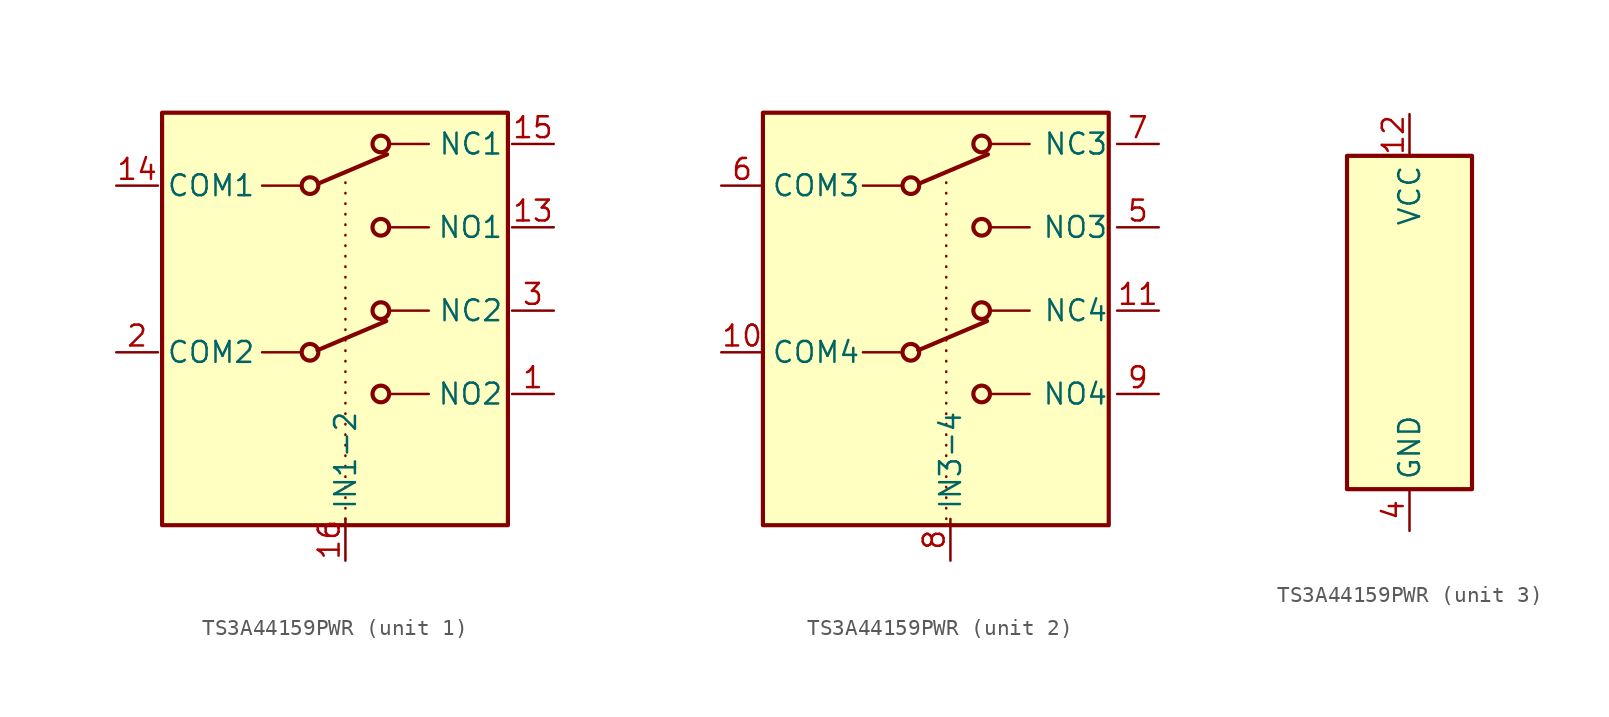
<source format=kicad_sym>
(kicad_symbol_lib
  (version 20241209)
  (generator "kicad_symbol_editor")
  (generator_version "9.0")
  (symbol "TS3A44159PWR"
    (property "Reference" "U"
      (at -10.668 12.827 0)
      (effects (font (size 1.27 1.27)) (justify left) (hide yes)))
    (property "ki_locked" ""
      (at 0 0 0)
      (effects (font (size 1.27 1.27))))
    (symbol "TS3A44159PWR_1_1"
      (rectangle (start -11.176 9.525) (end 9.906 -15.621) (stroke (width 0.254) (type default)) (fill (type background)))
      (polyline (pts (xy -5.08 5.08) (xy -2.794 5.08)) (stroke (width 0) (type default)) (fill (type none)))
      (polyline (pts (xy -5.08 -5.08) (xy -2.794 -5.08)) (stroke (width 0) (type default)) (fill (type none)))
      (circle (center -2.159 5.08) (radius 0.508) (stroke (width 0.254) (type default)) (fill (type none)))
      (circle (center -2.159 -5.08) (radius 0.508) (stroke (width 0.254) (type default)) (fill (type none)))
      (polyline (pts (xy -1.702 -4.953) (xy 2.489 -3.175)) (stroke (width 0.254) (type default)) (fill (type none)))
      (polyline (pts (xy -1.651 5.207) (xy 2.54 6.985)) (stroke (width 0.254) (type default)) (fill (type none)))
      (polyline (pts (xy 0 -15.24) (xy 0 6.35)) (stroke (width 0) (type dot)) (fill (type none)))
      (circle (center 2.159 7.62) (radius 0.508) (stroke (width 0.254) (type default)) (fill (type none)))
      (circle (center 2.159 2.54) (radius 0.508) (stroke (width 0.254) (type default)) (fill (type none)))
      (circle (center 2.159 -2.54) (radius 0.508) (stroke (width 0.254) (type default)) (fill (type none)))
      (circle (center 2.159 -7.62) (radius 0.508) (stroke (width 0.254) (type default)) (fill (type none)))
      (polyline (pts (xy 5.08 7.62) (xy 2.794 7.62)) (stroke (width 0) (type default)) (fill (type none)))
      (polyline (pts (xy 5.08 2.54) (xy 2.794 2.54)) (stroke (width 0) (type default)) (fill (type none)))
      (polyline (pts (xy 5.08 -2.54) (xy 2.794 -2.54)) (stroke (width 0) (type default)) (fill (type none)))
      (polyline (pts (xy 5.08 -7.62) (xy 2.794 -7.62)) (stroke (width 0) (type default)) (fill (type none)))
      (pin passive line (at -13.97 5.08 0) (length 2.54) (name "COM1" (effects (font (size 1.27 1.27)))) (number "14" (effects (font (size 1.27 1.27)))))
      (pin passive line (at -13.97 -5.08 0) (length 2.54) (name "COM2" (effects (font (size 1.27 1.27)))) (number "2" (effects (font (size 1.27 1.27)))))
      (pin input line (at 0 -17.78 90) (length 2.54) (name "IN1-2" (effects (font (size 1.27 1.27)))) (number "16" (effects (font (size 1.27 1.27)))))
      (pin passive line (at 12.7 7.62 180) (length 2.54) (name "NC1" (effects (font (size 1.27 1.27)))) (number "15" (effects (font (size 1.27 1.27)))))
      (pin passive line (at 12.7 2.54 180) (length 2.54) (name "NO1" (effects (font (size 1.27 1.27)))) (number "13" (effects (font (size 1.27 1.27)))))
      (pin passive line (at 12.7 -2.54 180) (length 2.54) (name "NC2" (effects (font (size 1.27 1.27)))) (number "3" (effects (font (size 1.27 1.27)))))
      (pin passive line (at 12.7 -7.62 180) (length 2.54) (name "NO2" (effects (font (size 1.27 1.27)))) (number "1" (effects (font (size 1.27 1.27))))))
    (symbol "TS3A44159PWR_2_1"
      (rectangle (start -11.43 9.525) (end 9.652 -15.621) (stroke (width 0.254) (type default)) (fill (type background)))
      (polyline (pts (xy -5.334 5.08) (xy -3.048 5.08)) (stroke (width 0) (type default)) (fill (type none)))
      (polyline (pts (xy -5.334 -5.08) (xy -3.048 -5.08)) (stroke (width 0) (type default)) (fill (type none)))
      (circle (center -2.413 5.08) (radius 0.508) (stroke (width 0.254) (type default)) (fill (type none)))
      (circle (center -2.413 -5.08) (radius 0.508) (stroke (width 0.254) (type default)) (fill (type none)))
      (polyline (pts (xy -1.956 -4.953) (xy 2.235 -3.175)) (stroke (width 0.254) (type default)) (fill (type none)))
      (polyline (pts (xy -1.905 5.207) (xy 2.286 6.985)) (stroke (width 0.254) (type default)) (fill (type none)))
      (polyline (pts (xy -0.254 -15.24) (xy -0.254 6.35)) (stroke (width 0) (type dot)) (fill (type none)))
      (circle (center 1.905 7.62) (radius 0.508) (stroke (width 0.254) (type default)) (fill (type none)))
      (circle (center 1.905 2.54) (radius 0.508) (stroke (width 0.254) (type default)) (fill (type none)))
      (circle (center 1.905 -2.54) (radius 0.508) (stroke (width 0.254) (type default)) (fill (type none)))
      (circle (center 1.905 -7.62) (radius 0.508) (stroke (width 0.254) (type default)) (fill (type none)))
      (polyline (pts (xy 4.826 7.62) (xy 2.54 7.62)) (stroke (width 0) (type default)) (fill (type none)))
      (polyline (pts (xy 4.826 2.54) (xy 2.54 2.54)) (stroke (width 0) (type default)) (fill (type none)))
      (polyline (pts (xy 4.826 -2.54) (xy 2.54 -2.54)) (stroke (width 0) (type default)) (fill (type none)))
      (polyline (pts (xy 4.826 -7.62) (xy 2.54 -7.62)) (stroke (width 0) (type default)) (fill (type none)))
      (pin passive line (at -13.97 5.08 0) (length 2.54) (name "COM3" (effects (font (size 1.27 1.27)))) (number "6" (effects (font (size 1.27 1.27)))))
      (pin passive line (at -13.97 -5.08 0) (length 2.54) (name "COM4" (effects (font (size 1.27 1.27)))) (number "10" (effects (font (size 1.27 1.27)))))
      (pin input line (at 0 -17.78 90) (length 2.54) (name "IN3-4" (effects (font (size 1.27 1.27)))) (number "8" (effects (font (size 1.27 1.27)))))
      (pin passive line (at 12.7 7.62 180) (length 2.54) (name "NC3" (effects (font (size 1.27 1.27)))) (number "7" (effects (font (size 1.27 1.27)))))
      (pin passive line (at 12.7 2.54 180) (length 2.54) (name "NO3" (effects (font (size 1.27 1.27)))) (number "5" (effects (font (size 1.27 1.27)))))
      (pin passive line (at 12.7 -2.54 180) (length 2.54) (name "NC4" (effects (font (size 1.27 1.27)))) (number "11" (effects (font (size 1.27 1.27)))))
      (pin passive line (at 12.7 -7.62 180) (length 2.54) (name "NO4" (effects (font (size 1.27 1.27)))) (number "9" (effects (font (size 1.27 1.27))))))
    (symbol "TS3A44159PWR_3_1"
      (rectangle (start -3.81 10.16) (end 3.81 -10.16) (stroke (width 0.254) (type default)) (fill (type background)))
      (pin power_in line (at 0 12.7 270) (length 2.54) (name "VCC" (effects (font (size 1.27 1.27)))) (number "12" (effects (font (size 1.27 1.27)))))
      (pin power_in line (at 0 -12.7 90) (length 2.54) (name "GND" (effects (font (size 1.27 1.27)))) (number "4" (effects (font (size 1.27 1.27))))))))
</source>
